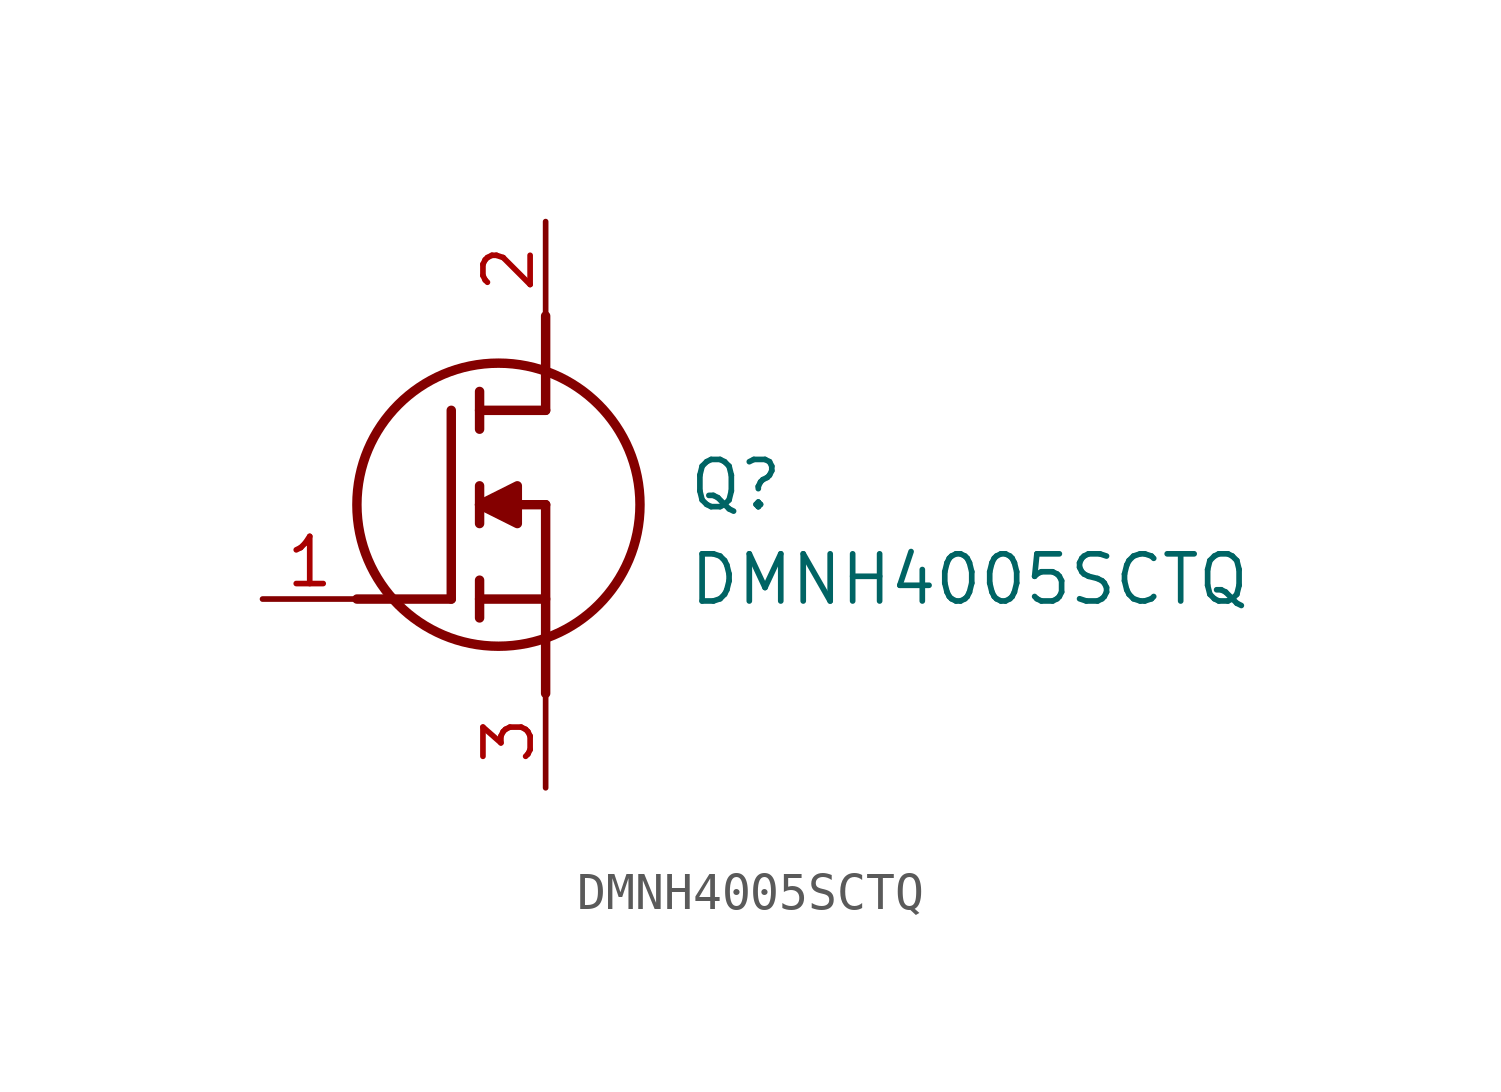
<source format=kicad_sym>
(kicad_symbol_lib
  (version 20241209)
  (generator "kicad_symbol_editor")
  (generator_version "9.0")
  (symbol "DMNH4005SCTQ"
    (pin_names
      (hide yes))
    (property "Reference" "Q"
      (at 11.43 3.81 0)
      (effects (font (size 1.27 1.27)) (justify left top)))
    (property "Value" "DMNH4005SCTQ"
      (at 11.43 1.27 0)
      (effects (font (size 1.27 1.27)) (justify left top)))
    (symbol "DMNH4005SCTQ_1_1"
      (polyline (pts (xy 2.54 0) (xy 5.08 0)) (stroke (width 0.254) (type default)) (fill (type none)))
      (polyline (pts (xy 5.08 5.08) (xy 5.08 0)) (stroke (width 0.254) (type default)) (fill (type none)))
      (polyline (pts (xy 5.842 5.588) (xy 5.842 4.572)) (stroke (width 0.254) (type default)) (fill (type none)))
      (polyline (pts (xy 5.842 2.54) (xy 6.858 3.048) (xy 6.858 2.032) (xy 5.842 2.54)) (stroke (width 0.254) (type default)) (fill (type outline)))
      (polyline (pts (xy 5.842 2.032) (xy 5.842 3.048)) (stroke (width 0.254) (type default)) (fill (type none)))
      (polyline (pts (xy 5.842 0) (xy 7.62 0)) (stroke (width 0.254) (type default)) (fill (type none)))
      (polyline (pts (xy 5.842 -0.508) (xy 5.842 0.508)) (stroke (width 0.254) (type default)) (fill (type none)))
      (circle (center 6.35 2.54) (radius 3.81) (stroke (width 0.254) (type default)) (fill (type none)))
      (polyline (pts (xy 7.62 5.08) (xy 5.842 5.08)) (stroke (width 0.254) (type default)) (fill (type none)))
      (polyline (pts (xy 7.62 5.08) (xy 7.62 7.62)) (stroke (width 0.254) (type default)) (fill (type none)))
      (polyline (pts (xy 7.62 2.54) (xy 5.842 2.54)) (stroke (width 0.254) (type default)) (fill (type none)))
      (polyline (pts (xy 7.62 2.54) (xy 7.62 -2.54)) (stroke (width 0.254) (type default)) (fill (type none)))
      (pin passive line (at 0 0 0) (length 2.54) (name "G" (effects (font (size 1.27 1.27)))) (number "1" (effects (font (size 1.27 1.27)))))
      (pin passive line (at 7.62 10.16 270) (length 2.54) (name "D" (effects (font (size 1.27 1.27)))) (number "2" (effects (font (size 1.27 1.27)))))
      (pin passive line (at 7.62 -5.08 90) (length 2.54) (name "S" (effects (font (size 1.27 1.27)))) (number "3" (effects (font (size 1.27 1.27))))))))
</source>
